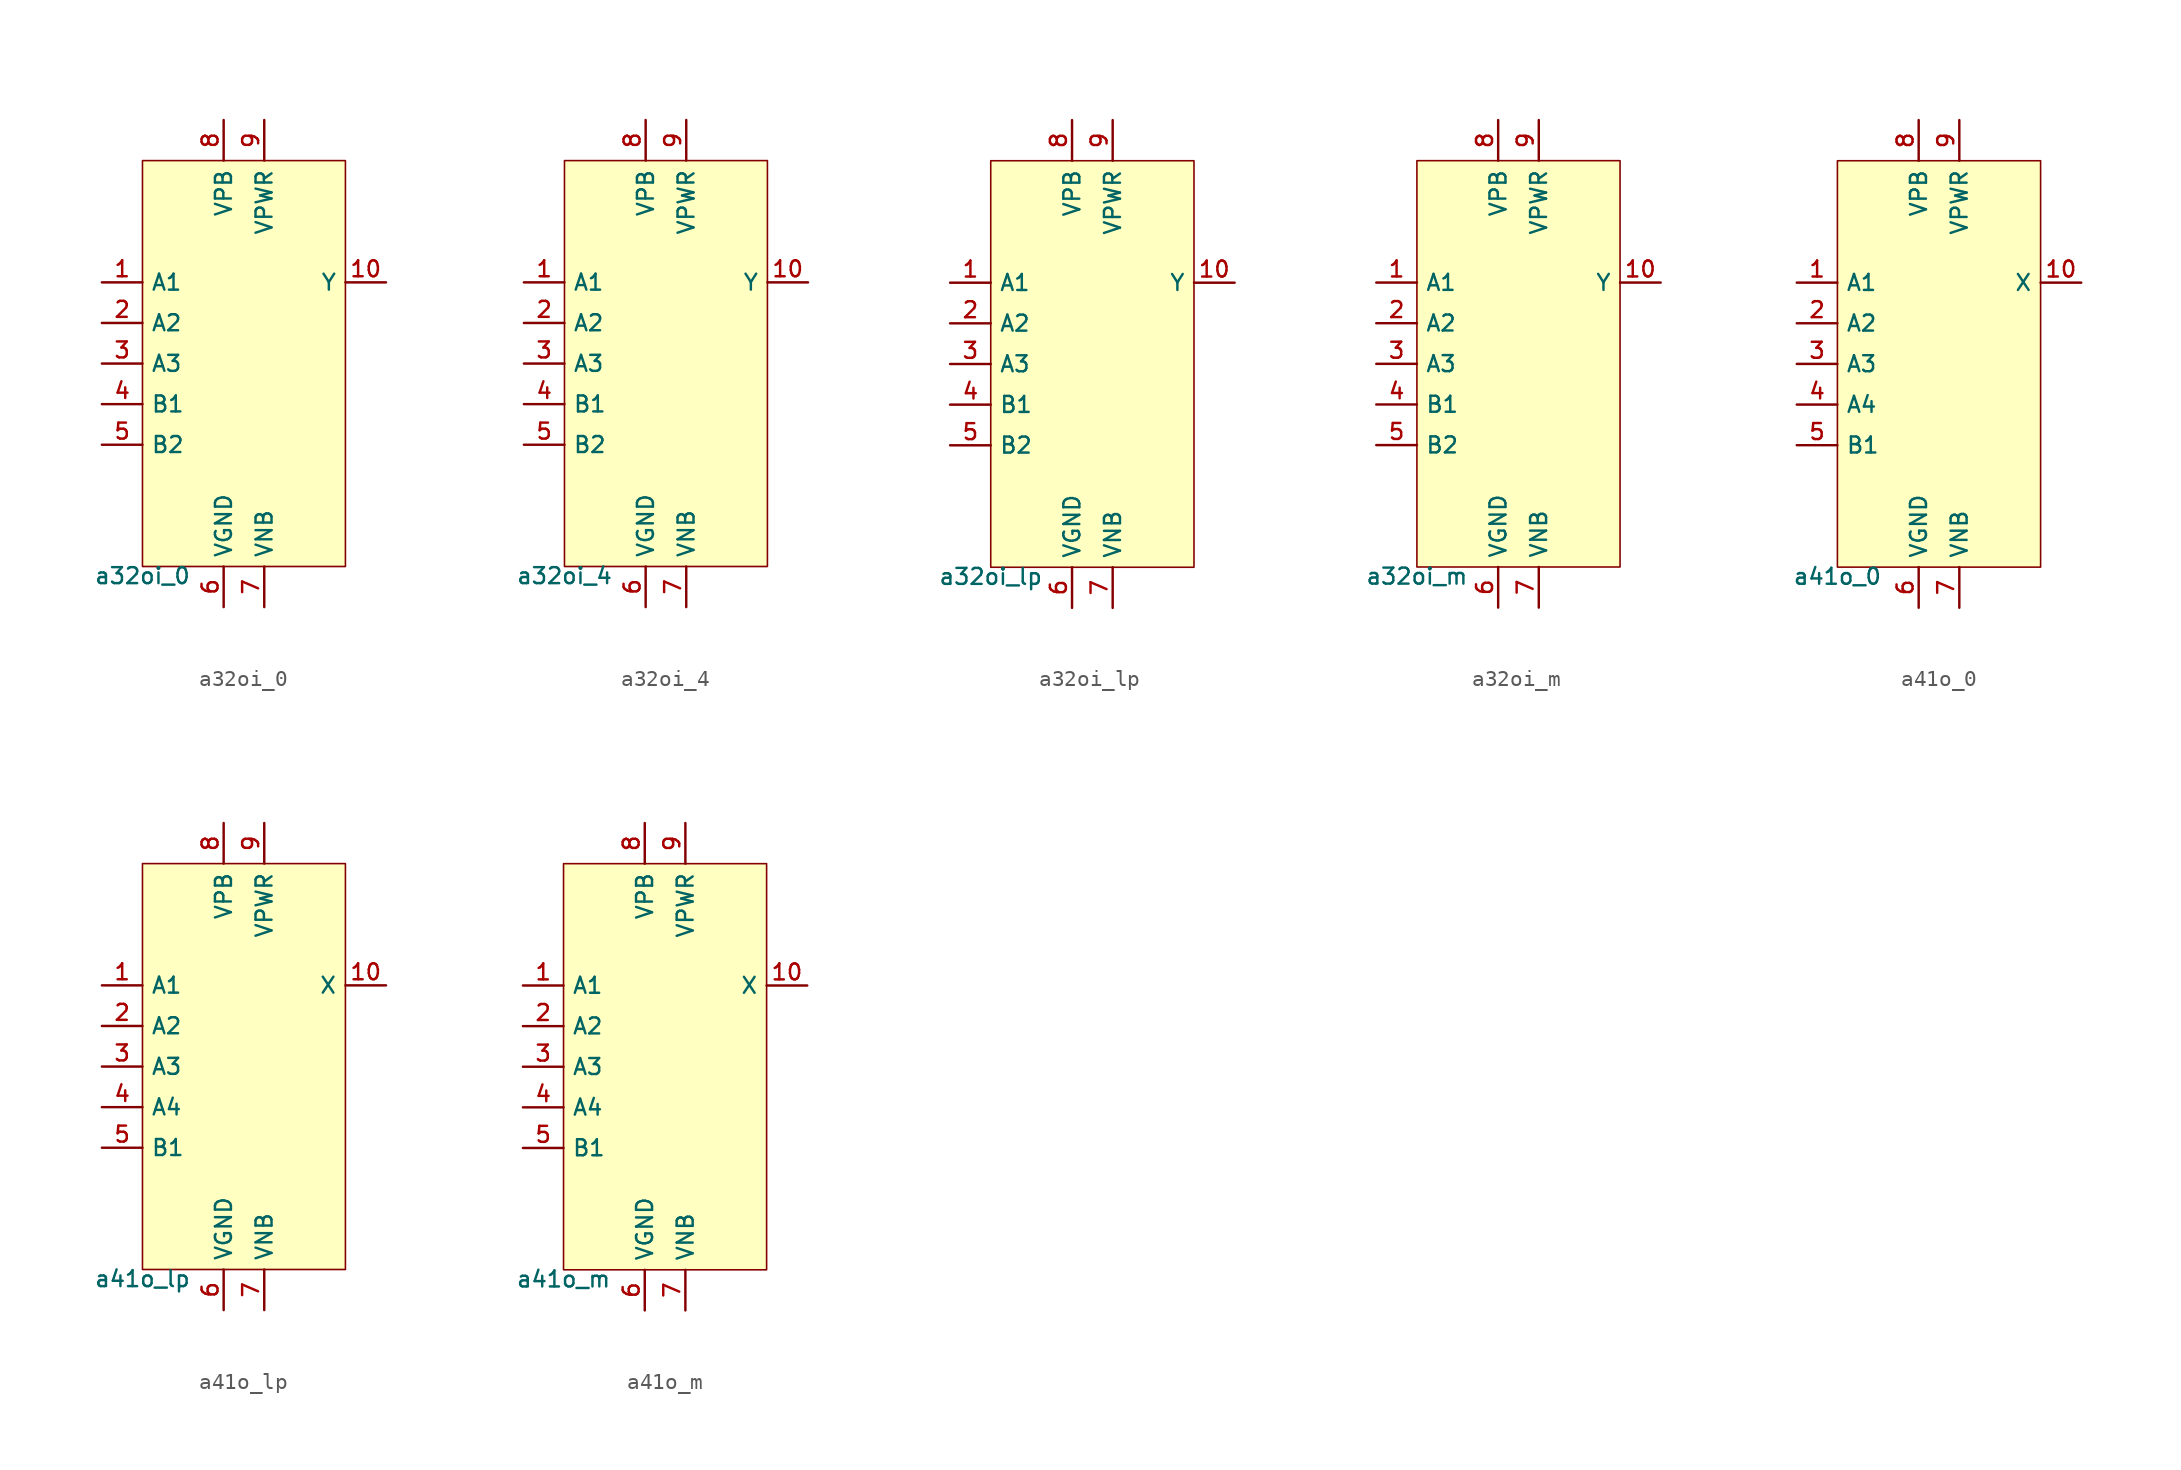
<source format=kicad_sym>
(kicad_symbol_lib
  (version 20211014)
  (generator pdk2kicad)
  (symbol "a32oi_0"
    (property "Reference" "X"
      (at 0 0 0)
      (effects (font (size 1 1)) hide))
    (property "Value" "a32oi_0"
      (at -6.35 -12.7 0)
      (effects (font (size 1 1)) (justify top)))
    (rectangle
      (start -6.35 -12.7)
      (end 6.35 12.7)
      (stroke (width 0.1) (type solid) (color 0 0 0 0))
      (fill (type background)))
    (pin input line
      (at -8.89 5.08 0)
      (length 2.54)
      (name "A1" (effects (font (size 1 1)) hide))
      (number "1" (effects (font (size 1 1)) hide)))
    (pin input line
      (at -8.89 2.54 0)
      (length 2.54)
      (name "A2" (effects (font (size 1 1)) hide))
      (number "2" (effects (font (size 1 1)) hide)))
    (pin input line
      (at -8.89 -8.881784197001252e-16 0)
      (length 2.54)
      (name "A3" (effects (font (size 1 1)) hide))
      (number "3" (effects (font (size 1 1)) hide)))
    (pin input line
      (at -8.89 -2.54 0)
      (length 2.54)
      (name "B1" (effects (font (size 1 1)) hide))
      (number "4" (effects (font (size 1 1)) hide)))
    (pin input line
      (at -8.89 -5.08 0)
      (length 2.54)
      (name "B2" (effects (font (size 1 1)) hide))
      (number "5" (effects (font (size 1 1)) hide)))
    (pin power_in line
      (at -1.27 -15.24 90)
      (length 2.54)
      (name "VGND" (effects (font (size 1 1)) hide))
      (number "6" (effects (font (size 1 1)) hide)))
    (pin power_in line
      (at 1.27 -15.24 90)
      (length 2.54)
      (name "VNB" (effects (font (size 1 1)) hide))
      (number "7" (effects (font (size 1 1)) hide)))
    (pin power_in line
      (at -1.27 15.24 270)
      (length 2.54)
      (name "VPB" (effects (font (size 1 1)) hide))
      (number "8" (effects (font (size 1 1)) hide)))
    (pin power_in line
      (at 1.27 15.24 270)
      (length 2.54)
      (name "VPWR" (effects (font (size 1 1)) hide))
      (number "9" (effects (font (size 1 1)) hide)))
    (pin output line
      (at 8.89 5.08 180)
      (length 2.54)
      (name "Y" (effects (font (size 1 1)) hide))
      (number "10" (effects (font (size 1 1)) hide))))
  (symbol "a32oi_4"
    (property "Reference" "X"
      (at 0 0 0)
      (effects (font (size 1 1)) hide))
    (property "Value" "a32oi_4"
      (at -6.35 -12.7 0)
      (effects (font (size 1 1)) (justify top)))
    (rectangle
      (start -6.35 -12.7)
      (end 6.35 12.7)
      (stroke (width 0.1) (type solid) (color 0 0 0 0))
      (fill (type background)))
    (pin input line
      (at -8.89 5.08 0)
      (length 2.54)
      (name "A1" (effects (font (size 1 1)) hide))
      (number "1" (effects (font (size 1 1)) hide)))
    (pin input line
      (at -8.89 2.54 0)
      (length 2.54)
      (name "A2" (effects (font (size 1 1)) hide))
      (number "2" (effects (font (size 1 1)) hide)))
    (pin input line
      (at -8.89 -8.881784197001252e-16 0)
      (length 2.54)
      (name "A3" (effects (font (size 1 1)) hide))
      (number "3" (effects (font (size 1 1)) hide)))
    (pin input line
      (at -8.89 -2.54 0)
      (length 2.54)
      (name "B1" (effects (font (size 1 1)) hide))
      (number "4" (effects (font (size 1 1)) hide)))
    (pin input line
      (at -8.89 -5.08 0)
      (length 2.54)
      (name "B2" (effects (font (size 1 1)) hide))
      (number "5" (effects (font (size 1 1)) hide)))
    (pin power_in line
      (at -1.27 -15.24 90)
      (length 2.54)
      (name "VGND" (effects (font (size 1 1)) hide))
      (number "6" (effects (font (size 1 1)) hide)))
    (pin power_in line
      (at 1.27 -15.24 90)
      (length 2.54)
      (name "VNB" (effects (font (size 1 1)) hide))
      (number "7" (effects (font (size 1 1)) hide)))
    (pin power_in line
      (at -1.27 15.24 270)
      (length 2.54)
      (name "VPB" (effects (font (size 1 1)) hide))
      (number "8" (effects (font (size 1 1)) hide)))
    (pin power_in line
      (at 1.27 15.24 270)
      (length 2.54)
      (name "VPWR" (effects (font (size 1 1)) hide))
      (number "9" (effects (font (size 1 1)) hide)))
    (pin output line
      (at 8.89 5.08 180)
      (length 2.54)
      (name "Y" (effects (font (size 1 1)) hide))
      (number "10" (effects (font (size 1 1)) hide))))
  (symbol "a32oi_lp"
    (property "Reference" "X"
      (at 0 0 0)
      (effects (font (size 1 1)) hide))
    (property "Value" "a32oi_lp"
      (at -6.35 -12.7 0)
      (effects (font (size 1 1)) (justify top)))
    (rectangle
      (start -6.35 -12.7)
      (end 6.35 12.7)
      (stroke (width 0.1) (type solid) (color 0 0 0 0))
      (fill (type background)))
    (pin input line
      (at -8.89 5.08 0)
      (length 2.54)
      (name "A1" (effects (font (size 1 1)) hide))
      (number "1" (effects (font (size 1 1)) hide)))
    (pin input line
      (at -8.89 2.54 0)
      (length 2.54)
      (name "A2" (effects (font (size 1 1)) hide))
      (number "2" (effects (font (size 1 1)) hide)))
    (pin input line
      (at -8.89 -8.881784197001252e-16 0)
      (length 2.54)
      (name "A3" (effects (font (size 1 1)) hide))
      (number "3" (effects (font (size 1 1)) hide)))
    (pin input line
      (at -8.89 -2.54 0)
      (length 2.54)
      (name "B1" (effects (font (size 1 1)) hide))
      (number "4" (effects (font (size 1 1)) hide)))
    (pin input line
      (at -8.89 -5.08 0)
      (length 2.54)
      (name "B2" (effects (font (size 1 1)) hide))
      (number "5" (effects (font (size 1 1)) hide)))
    (pin power_in line
      (at -1.27 -15.24 90)
      (length 2.54)
      (name "VGND" (effects (font (size 1 1)) hide))
      (number "6" (effects (font (size 1 1)) hide)))
    (pin power_in line
      (at 1.27 -15.24 90)
      (length 2.54)
      (name "VNB" (effects (font (size 1 1)) hide))
      (number "7" (effects (font (size 1 1)) hide)))
    (pin power_in line
      (at -1.27 15.24 270)
      (length 2.54)
      (name "VPB" (effects (font (size 1 1)) hide))
      (number "8" (effects (font (size 1 1)) hide)))
    (pin power_in line
      (at 1.27 15.24 270)
      (length 2.54)
      (name "VPWR" (effects (font (size 1 1)) hide))
      (number "9" (effects (font (size 1 1)) hide)))
    (pin output line
      (at 8.89 5.08 180)
      (length 2.54)
      (name "Y" (effects (font (size 1 1)) hide))
      (number "10" (effects (font (size 1 1)) hide))))
  (symbol "a32oi_m"
    (property "Reference" "X"
      (at 0 0 0)
      (effects (font (size 1 1)) hide))
    (property "Value" "a32oi_m"
      (at -6.35 -12.7 0)
      (effects (font (size 1 1)) (justify top)))
    (rectangle
      (start -6.35 -12.7)
      (end 6.35 12.7)
      (stroke (width 0.1) (type solid) (color 0 0 0 0))
      (fill (type background)))
    (pin input line
      (at -8.89 5.08 0)
      (length 2.54)
      (name "A1" (effects (font (size 1 1)) hide))
      (number "1" (effects (font (size 1 1)) hide)))
    (pin input line
      (at -8.89 2.54 0)
      (length 2.54)
      (name "A2" (effects (font (size 1 1)) hide))
      (number "2" (effects (font (size 1 1)) hide)))
    (pin input line
      (at -8.89 -8.881784197001252e-16 0)
      (length 2.54)
      (name "A3" (effects (font (size 1 1)) hide))
      (number "3" (effects (font (size 1 1)) hide)))
    (pin input line
      (at -8.89 -2.54 0)
      (length 2.54)
      (name "B1" (effects (font (size 1 1)) hide))
      (number "4" (effects (font (size 1 1)) hide)))
    (pin input line
      (at -8.89 -5.08 0)
      (length 2.54)
      (name "B2" (effects (font (size 1 1)) hide))
      (number "5" (effects (font (size 1 1)) hide)))
    (pin power_in line
      (at -1.27 -15.24 90)
      (length 2.54)
      (name "VGND" (effects (font (size 1 1)) hide))
      (number "6" (effects (font (size 1 1)) hide)))
    (pin power_in line
      (at 1.27 -15.24 90)
      (length 2.54)
      (name "VNB" (effects (font (size 1 1)) hide))
      (number "7" (effects (font (size 1 1)) hide)))
    (pin power_in line
      (at -1.27 15.24 270)
      (length 2.54)
      (name "VPB" (effects (font (size 1 1)) hide))
      (number "8" (effects (font (size 1 1)) hide)))
    (pin power_in line
      (at 1.27 15.24 270)
      (length 2.54)
      (name "VPWR" (effects (font (size 1 1)) hide))
      (number "9" (effects (font (size 1 1)) hide)))
    (pin output line
      (at 8.89 5.08 180)
      (length 2.54)
      (name "Y" (effects (font (size 1 1)) hide))
      (number "10" (effects (font (size 1 1)) hide))))
  (symbol "a41o_0"
    (property "Reference" "X"
      (at 0 0 0)
      (effects (font (size 1 1)) hide))
    (property "Value" "a41o_0"
      (at -6.35 -12.7 0)
      (effects (font (size 1 1)) (justify top)))
    (rectangle
      (start -6.35 -12.7)
      (end 6.35 12.7)
      (stroke (width 0.1) (type solid) (color 0 0 0 0))
      (fill (type background)))
    (pin input line
      (at -8.89 5.08 0)
      (length 2.54)
      (name "A1" (effects (font (size 1 1)) hide))
      (number "1" (effects (font (size 1 1)) hide)))
    (pin input line
      (at -8.89 2.54 0)
      (length 2.54)
      (name "A2" (effects (font (size 1 1)) hide))
      (number "2" (effects (font (size 1 1)) hide)))
    (pin input line
      (at -8.89 -8.881784197001252e-16 0)
      (length 2.54)
      (name "A3" (effects (font (size 1 1)) hide))
      (number "3" (effects (font (size 1 1)) hide)))
    (pin input line
      (at -8.89 -2.54 0)
      (length 2.54)
      (name "A4" (effects (font (size 1 1)) hide))
      (number "4" (effects (font (size 1 1)) hide)))
    (pin input line
      (at -8.89 -5.08 0)
      (length 2.54)
      (name "B1" (effects (font (size 1 1)) hide))
      (number "5" (effects (font (size 1 1)) hide)))
    (pin power_in line
      (at -1.27 -15.24 90)
      (length 2.54)
      (name "VGND" (effects (font (size 1 1)) hide))
      (number "6" (effects (font (size 1 1)) hide)))
    (pin power_in line
      (at 1.27 -15.24 90)
      (length 2.54)
      (name "VNB" (effects (font (size 1 1)) hide))
      (number "7" (effects (font (size 1 1)) hide)))
    (pin power_in line
      (at -1.27 15.24 270)
      (length 2.54)
      (name "VPB" (effects (font (size 1 1)) hide))
      (number "8" (effects (font (size 1 1)) hide)))
    (pin power_in line
      (at 1.27 15.24 270)
      (length 2.54)
      (name "VPWR" (effects (font (size 1 1)) hide))
      (number "9" (effects (font (size 1 1)) hide)))
    (pin output line
      (at 8.89 5.08 180)
      (length 2.54)
      (name "X" (effects (font (size 1 1)) hide))
      (number "10" (effects (font (size 1 1)) hide))))
  (symbol "a41o_lp"
    (property "Reference" "X"
      (at 0 0 0)
      (effects (font (size 1 1)) hide))
    (property "Value" "a41o_lp"
      (at -6.35 -12.7 0)
      (effects (font (size 1 1)) (justify top)))
    (rectangle
      (start -6.35 -12.7)
      (end 6.35 12.7)
      (stroke (width 0.1) (type solid) (color 0 0 0 0))
      (fill (type background)))
    (pin input line
      (at -8.89 5.08 0)
      (length 2.54)
      (name "A1" (effects (font (size 1 1)) hide))
      (number "1" (effects (font (size 1 1)) hide)))
    (pin input line
      (at -8.89 2.54 0)
      (length 2.54)
      (name "A2" (effects (font (size 1 1)) hide))
      (number "2" (effects (font (size 1 1)) hide)))
    (pin input line
      (at -8.89 -8.881784197001252e-16 0)
      (length 2.54)
      (name "A3" (effects (font (size 1 1)) hide))
      (number "3" (effects (font (size 1 1)) hide)))
    (pin input line
      (at -8.89 -2.54 0)
      (length 2.54)
      (name "A4" (effects (font (size 1 1)) hide))
      (number "4" (effects (font (size 1 1)) hide)))
    (pin input line
      (at -8.89 -5.08 0)
      (length 2.54)
      (name "B1" (effects (font (size 1 1)) hide))
      (number "5" (effects (font (size 1 1)) hide)))
    (pin power_in line
      (at -1.27 -15.24 90)
      (length 2.54)
      (name "VGND" (effects (font (size 1 1)) hide))
      (number "6" (effects (font (size 1 1)) hide)))
    (pin power_in line
      (at 1.27 -15.24 90)
      (length 2.54)
      (name "VNB" (effects (font (size 1 1)) hide))
      (number "7" (effects (font (size 1 1)) hide)))
    (pin power_in line
      (at -1.27 15.24 270)
      (length 2.54)
      (name "VPB" (effects (font (size 1 1)) hide))
      (number "8" (effects (font (size 1 1)) hide)))
    (pin power_in line
      (at 1.27 15.24 270)
      (length 2.54)
      (name "VPWR" (effects (font (size 1 1)) hide))
      (number "9" (effects (font (size 1 1)) hide)))
    (pin output line
      (at 8.89 5.08 180)
      (length 2.54)
      (name "X" (effects (font (size 1 1)) hide))
      (number "10" (effects (font (size 1 1)) hide))))
  (symbol "a41o_m"
    (property "Reference" "X"
      (at 0 0 0)
      (effects (font (size 1 1)) hide))
    (property "Value" "a41o_m"
      (at -6.35 -12.7 0)
      (effects (font (size 1 1)) (justify top)))
    (rectangle
      (start -6.35 -12.7)
      (end 6.35 12.7)
      (stroke (width 0.1) (type solid) (color 0 0 0 0))
      (fill (type background)))
    (pin input line
      (at -8.89 5.08 0)
      (length 2.54)
      (name "A1" (effects (font (size 1 1)) hide))
      (number "1" (effects (font (size 1 1)) hide)))
    (pin input line
      (at -8.89 2.54 0)
      (length 2.54)
      (name "A2" (effects (font (size 1 1)) hide))
      (number "2" (effects (font (size 1 1)) hide)))
    (pin input line
      (at -8.89 -8.881784197001252e-16 0)
      (length 2.54)
      (name "A3" (effects (font (size 1 1)) hide))
      (number "3" (effects (font (size 1 1)) hide)))
    (pin input line
      (at -8.89 -2.54 0)
      (length 2.54)
      (name "A4" (effects (font (size 1 1)) hide))
      (number "4" (effects (font (size 1 1)) hide)))
    (pin input line
      (at -8.89 -5.08 0)
      (length 2.54)
      (name "B1" (effects (font (size 1 1)) hide))
      (number "5" (effects (font (size 1 1)) hide)))
    (pin power_in line
      (at -1.27 -15.24 90)
      (length 2.54)
      (name "VGND" (effects (font (size 1 1)) hide))
      (number "6" (effects (font (size 1 1)) hide)))
    (pin power_in line
      (at 1.27 -15.24 90)
      (length 2.54)
      (name "VNB" (effects (font (size 1 1)) hide))
      (number "7" (effects (font (size 1 1)) hide)))
    (pin power_in line
      (at -1.27 15.24 270)
      (length 2.54)
      (name "VPB" (effects (font (size 1 1)) hide))
      (number "8" (effects (font (size 1 1)) hide)))
    (pin power_in line
      (at 1.27 15.24 270)
      (length 2.54)
      (name "VPWR" (effects (font (size 1 1)) hide))
      (number "9" (effects (font (size 1 1)) hide)))
    (pin output line
      (at 8.89 5.08 180)
      (length 2.54)
      (name "X" (effects (font (size 1 1)) hide))
      (number "10" (effects (font (size 1 1)) hide)))))
</source>
